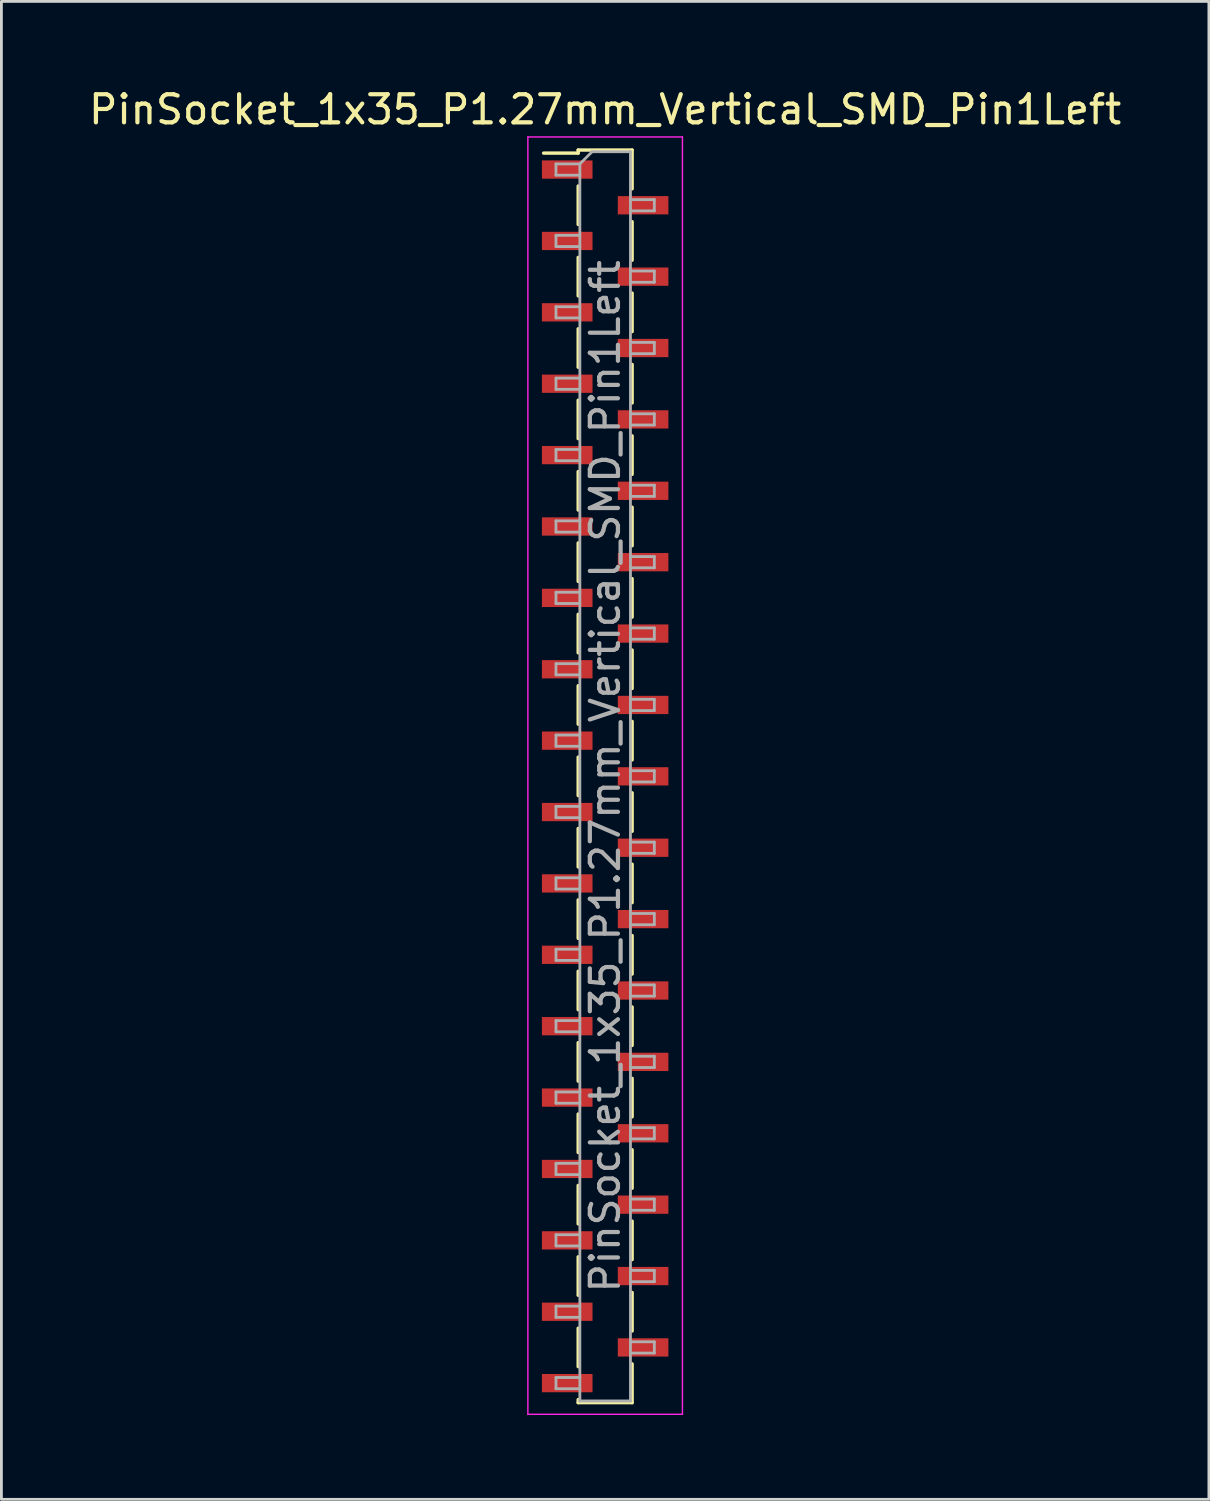
<source format=kicad_pcb>
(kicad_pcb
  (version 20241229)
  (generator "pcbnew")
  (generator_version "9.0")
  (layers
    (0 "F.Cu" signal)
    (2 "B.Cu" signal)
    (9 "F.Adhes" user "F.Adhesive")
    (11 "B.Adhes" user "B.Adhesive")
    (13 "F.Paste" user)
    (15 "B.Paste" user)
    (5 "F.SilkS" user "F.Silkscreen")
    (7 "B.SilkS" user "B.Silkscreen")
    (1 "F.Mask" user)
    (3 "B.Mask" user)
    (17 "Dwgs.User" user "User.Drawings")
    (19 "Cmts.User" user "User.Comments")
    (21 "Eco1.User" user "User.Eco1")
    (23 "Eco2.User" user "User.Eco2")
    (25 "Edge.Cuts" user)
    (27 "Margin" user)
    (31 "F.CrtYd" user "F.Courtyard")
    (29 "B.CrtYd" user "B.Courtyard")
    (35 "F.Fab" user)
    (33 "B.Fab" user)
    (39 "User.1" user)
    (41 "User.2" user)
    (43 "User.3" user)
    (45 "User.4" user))
  (footprint "PinSocket_1x35_P1.27mm_Vertical_SMD_Pin1Left"
    (layer "F.Cu")
    (at 18.482 24.573)
    (property "Reference" "PinSocket_1x35_P1.27mm_Vertical_SMD_Pin1Left" (at 0 -23.725 0) (layer "F.SilkS") (effects (font (size 1 1) (thickness 0.15))))
    (attr smd)
    (fp_line (start -2.19 -22.175) (end -0.96 -22.175) (stroke (width 0.12) (type solid)) (layer "F.SilkS"))
    (fp_line (start -0.96 -22.285) (end -0.96 -22.175) (stroke (width 0.12) (type solid)) (layer "F.SilkS"))
    (fp_line (start -0.96 -22.285) (end 0.96 -22.285) (stroke (width 0.12) (type solid)) (layer "F.SilkS"))
    (fp_line (start -0.96 -21.005) (end -0.96 -19.635) (stroke (width 0.12) (type solid)) (layer "F.SilkS"))
    (fp_line (start -0.96 -18.465) (end -0.96 -17.095) (stroke (width 0.12) (type solid)) (layer "F.SilkS"))
    (fp_line (start -0.96 -15.925) (end -0.96 -14.555) (stroke (width 0.12) (type solid)) (layer "F.SilkS"))
    (fp_line (start -0.96 -13.385) (end -0.96 -12.015) (stroke (width 0.12) (type solid)) (layer "F.SilkS"))
    (fp_line (start -0.96 -10.845) (end -0.96 -9.475) (stroke (width 0.12) (type solid)) (layer "F.SilkS"))
    (fp_line (start -0.96 -8.305) (end -0.96 -6.935) (stroke (width 0.12) (type solid)) (layer "F.SilkS"))
    (fp_line (start -0.96 -5.765) (end -0.96 -4.395) (stroke (width 0.12) (type solid)) (layer "F.SilkS"))
    (fp_line (start -0.96 -3.225) (end -0.96 -1.855) (stroke (width 0.12) (type solid)) (layer "F.SilkS"))
    (fp_line (start -0.96 -0.685) (end -0.96 0.685) (stroke (width 0.12) (type solid)) (layer "F.SilkS"))
    (fp_line (start -0.96 1.855) (end -0.96 3.225) (stroke (width 0.12) (type solid)) (layer "F.SilkS"))
    (fp_line (start -0.96 4.395) (end -0.96 5.765) (stroke (width 0.12) (type solid)) (layer "F.SilkS"))
    (fp_line (start -0.96 6.935) (end -0.96 8.305) (stroke (width 0.12) (type solid)) (layer "F.SilkS"))
    (fp_line (start -0.96 9.475) (end -0.96 10.845) (stroke (width 0.12) (type solid)) (layer "F.SilkS"))
    (fp_line (start -0.96 12.015) (end -0.96 13.385) (stroke (width 0.12) (type solid)) (layer "F.SilkS"))
    (fp_line (start -0.96 14.555) (end -0.96 15.925) (stroke (width 0.12) (type solid)) (layer "F.SilkS"))
    (fp_line (start -0.96 17.095) (end -0.96 18.465) (stroke (width 0.12) (type solid)) (layer "F.SilkS"))
    (fp_line (start -0.96 19.635) (end -0.96 21.005) (stroke (width 0.12) (type solid)) (layer "F.SilkS"))
    (fp_line (start -0.96 22.175) (end -0.96 22.285) (stroke (width 0.12) (type solid)) (layer "F.SilkS"))
    (fp_line (start -0.96 22.285) (end 0.96 22.285) (stroke (width 0.12) (type solid)) (layer "F.SilkS"))
    (fp_line (start 0.96 -22.285) (end 0.96 -20.905) (stroke (width 0.12) (type solid)) (layer "F.SilkS"))
    (fp_line (start 0.96 -19.735) (end 0.96 -18.365) (stroke (width 0.12) (type solid)) (layer "F.SilkS"))
    (fp_line (start 0.96 -17.195) (end 0.96 -15.825) (stroke (width 0.12) (type solid)) (layer "F.SilkS"))
    (fp_line (start 0.96 -14.655) (end 0.96 -13.285) (stroke (width 0.12) (type solid)) (layer "F.SilkS"))
    (fp_line (start 0.96 -12.115) (end 0.96 -10.745) (stroke (width 0.12) (type solid)) (layer "F.SilkS"))
    (fp_line (start 0.96 -9.575) (end 0.96 -8.205) (stroke (width 0.12) (type solid)) (layer "F.SilkS"))
    (fp_line (start 0.96 -7.035) (end 0.96 -5.665) (stroke (width 0.12) (type solid)) (layer "F.SilkS"))
    (fp_line (start 0.96 -4.495) (end 0.96 -3.125) (stroke (width 0.12) (type solid)) (layer "F.SilkS"))
    (fp_line (start 0.96 -1.955) (end 0.96 -0.585) (stroke (width 0.12) (type solid)) (layer "F.SilkS"))
    (fp_line (start 0.96 0.585) (end 0.96 1.955) (stroke (width 0.12) (type solid)) (layer "F.SilkS"))
    (fp_line (start 0.96 3.125) (end 0.96 4.495) (stroke (width 0.12) (type solid)) (layer "F.SilkS"))
    (fp_line (start 0.96 5.665) (end 0.96 7.035) (stroke (width 0.12) (type solid)) (layer "F.SilkS"))
    (fp_line (start 0.96 8.205) (end 0.96 9.575) (stroke (width 0.12) (type solid)) (layer "F.SilkS"))
    (fp_line (start 0.96 10.745) (end 0.96 12.115) (stroke (width 0.12) (type solid)) (layer "F.SilkS"))
    (fp_line (start 0.96 13.285) (end 0.96 14.655) (stroke (width 0.12) (type solid)) (layer "F.SilkS"))
    (fp_line (start 0.96 15.825) (end 0.96 17.195) (stroke (width 0.12) (type solid)) (layer "F.SilkS"))
    (fp_line (start 0.96 18.365) (end 0.96 19.735) (stroke (width 0.12) (type solid)) (layer "F.SilkS"))
    (fp_line (start 0.96 20.905) (end 0.96 22.285) (stroke (width 0.12) (type solid)) (layer "F.SilkS"))
    (fp_line (start -2.75 -22.75) (end 2.75 -22.75) (stroke (width 0.05) (type solid)) (layer "F.CrtYd"))
    (fp_line (start -2.75 22.7) (end -2.75 -22.75) (stroke (width 0.05) (type solid)) (layer "F.CrtYd"))
    (fp_line (start 2.75 -22.75) (end 2.75 22.7) (stroke (width 0.05) (type solid)) (layer "F.CrtYd"))
    (fp_line (start 2.75 22.7) (end -2.75 22.7) (stroke (width 0.05) (type solid)) (layer "F.CrtYd"))
    (fp_line (start -1.75 -21.79) (end -0.9 -21.79) (stroke (width 0.1) (type solid)) (layer "F.Fab"))
    (fp_line (start -1.75 -21.39) (end -1.75 -21.79) (stroke (width 0.1) (type solid)) (layer "F.Fab"))
    (fp_line (start -1.75 -19.25) (end -0.9 -19.25) (stroke (width 0.1) (type solid)) (layer "F.Fab"))
    (fp_line (start -1.75 -18.85) (end -1.75 -19.25) (stroke (width 0.1) (type solid)) (layer "F.Fab"))
    (fp_line (start -1.75 -16.71) (end -0.9 -16.71) (stroke (width 0.1) (type solid)) (layer "F.Fab"))
    (fp_line (start -1.75 -16.31) (end -1.75 -16.71) (stroke (width 0.1) (type solid)) (layer "F.Fab"))
    (fp_line (start -1.75 -14.17) (end -0.9 -14.17) (stroke (width 0.1) (type solid)) (layer "F.Fab"))
    (fp_line (start -1.75 -13.77) (end -1.75 -14.17) (stroke (width 0.1) (type solid)) (layer "F.Fab"))
    (fp_line (start -1.75 -11.63) (end -0.9 -11.63) (stroke (width 0.1) (type solid)) (layer "F.Fab"))
    (fp_line (start -1.75 -11.23) (end -1.75 -11.63) (stroke (width 0.1) (type solid)) (layer "F.Fab"))
    (fp_line (start -1.75 -9.09) (end -0.9 -9.09) (stroke (width 0.1) (type solid)) (layer "F.Fab"))
    (fp_line (start -1.75 -8.69) (end -1.75 -9.09) (stroke (width 0.1) (type solid)) (layer "F.Fab"))
    (fp_line (start -1.75 -6.55) (end -0.9 -6.55) (stroke (width 0.1) (type solid)) (layer "F.Fab"))
    (fp_line (start -1.75 -6.15) (end -1.75 -6.55) (stroke (width 0.1) (type solid)) (layer "F.Fab"))
    (fp_line (start -1.75 -4.01) (end -0.9 -4.01) (stroke (width 0.1) (type solid)) (layer "F.Fab"))
    (fp_line (start -1.75 -3.61) (end -1.75 -4.01) (stroke (width 0.1) (type solid)) (layer "F.Fab"))
    (fp_line (start -1.75 -1.47) (end -0.9 -1.47) (stroke (width 0.1) (type solid)) (layer "F.Fab"))
    (fp_line (start -1.75 -1.07) (end -1.75 -1.47) (stroke (width 0.1) (type solid)) (layer "F.Fab"))
    (fp_line (start -1.75 1.07) (end -0.9 1.07) (stroke (width 0.1) (type solid)) (layer "F.Fab"))
    (fp_line (start -1.75 1.47) (end -1.75 1.07) (stroke (width 0.1) (type solid)) (layer "F.Fab"))
    (fp_line (start -1.75 3.61) (end -0.9 3.61) (stroke (width 0.1) (type solid)) (layer "F.Fab"))
    (fp_line (start -1.75 4.01) (end -1.75 3.61) (stroke (width 0.1) (type solid)) (layer "F.Fab"))
    (fp_line (start -1.75 6.15) (end -0.9 6.15) (stroke (width 0.1) (type solid)) (layer "F.Fab"))
    (fp_line (start -1.75 6.55) (end -1.75 6.15) (stroke (width 0.1) (type solid)) (layer "F.Fab"))
    (fp_line (start -1.75 8.69) (end -0.9 8.69) (stroke (width 0.1) (type solid)) (layer "F.Fab"))
    (fp_line (start -1.75 9.09) (end -1.75 8.69) (stroke (width 0.1) (type solid)) (layer "F.Fab"))
    (fp_line (start -1.75 11.23) (end -0.9 11.23) (stroke (width 0.1) (type solid)) (layer "F.Fab"))
    (fp_line (start -1.75 11.63) (end -1.75 11.23) (stroke (width 0.1) (type solid)) (layer "F.Fab"))
    (fp_line (start -1.75 13.77) (end -0.9 13.77) (stroke (width 0.1) (type solid)) (layer "F.Fab"))
    (fp_line (start -1.75 14.17) (end -1.75 13.77) (stroke (width 0.1) (type solid)) (layer "F.Fab"))
    (fp_line (start -1.75 16.31) (end -0.9 16.31) (stroke (width 0.1) (type solid)) (layer "F.Fab"))
    (fp_line (start -1.75 16.71) (end -1.75 16.31) (stroke (width 0.1) (type solid)) (layer "F.Fab"))
    (fp_line (start -1.75 18.85) (end -0.9 18.85) (stroke (width 0.1) (type solid)) (layer "F.Fab"))
    (fp_line (start -1.75 19.25) (end -1.75 18.85) (stroke (width 0.1) (type solid)) (layer "F.Fab"))
    (fp_line (start -1.75 21.39) (end -0.9 21.39) (stroke (width 0.1) (type solid)) (layer "F.Fab"))
    (fp_line (start -1.75 21.79) (end -1.75 21.39) (stroke (width 0.1) (type solid)) (layer "F.Fab"))
    (fp_line (start -0.9 -21.79) (end -0.465 -22.225) (stroke (width 0.1) (type solid)) (layer "F.Fab"))
    (fp_line (start -0.9 -21.39) (end -1.75 -21.39) (stroke (width 0.1) (type solid)) (layer "F.Fab"))
    (fp_line (start -0.9 -18.85) (end -1.75 -18.85) (stroke (width 0.1) (type solid)) (layer "F.Fab"))
    (fp_line (start -0.9 -16.31) (end -1.75 -16.31) (stroke (width 0.1) (type solid)) (layer "F.Fab"))
    (fp_line (start -0.9 -13.77) (end -1.75 -13.77) (stroke (width 0.1) (type solid)) (layer "F.Fab"))
    (fp_line (start -0.9 -11.23) (end -1.75 -11.23) (stroke (width 0.1) (type solid)) (layer "F.Fab"))
    (fp_line (start -0.9 -8.69) (end -1.75 -8.69) (stroke (width 0.1) (type solid)) (layer "F.Fab"))
    (fp_line (start -0.9 -6.15) (end -1.75 -6.15) (stroke (width 0.1) (type solid)) (layer "F.Fab"))
    (fp_line (start -0.9 -3.61) (end -1.75 -3.61) (stroke (width 0.1) (type solid)) (layer "F.Fab"))
    (fp_line (start -0.9 -1.07) (end -1.75 -1.07) (stroke (width 0.1) (type solid)) (layer "F.Fab"))
    (fp_line (start -0.9 1.47) (end -1.75 1.47) (stroke (width 0.1) (type solid)) (layer "F.Fab"))
    (fp_line (start -0.9 4.01) (end -1.75 4.01) (stroke (width 0.1) (type solid)) (layer "F.Fab"))
    (fp_line (start -0.9 6.55) (end -1.75 6.55) (stroke (width 0.1) (type solid)) (layer "F.Fab"))
    (fp_line (start -0.9 9.09) (end -1.75 9.09) (stroke (width 0.1) (type solid)) (layer "F.Fab"))
    (fp_line (start -0.9 11.63) (end -1.75 11.63) (stroke (width 0.1) (type solid)) (layer "F.Fab"))
    (fp_line (start -0.9 14.17) (end -1.75 14.17) (stroke (width 0.1) (type solid)) (layer "F.Fab"))
    (fp_line (start -0.9 16.71) (end -1.75 16.71) (stroke (width 0.1) (type solid)) (layer "F.Fab"))
    (fp_line (start -0.9 19.25) (end -1.75 19.25) (stroke (width 0.1) (type solid)) (layer "F.Fab"))
    (fp_line (start -0.9 21.79) (end -1.75 21.79) (stroke (width 0.1) (type solid)) (layer "F.Fab"))
    (fp_line (start -0.9 22.225) (end -0.9 -21.79) (stroke (width 0.1) (type solid)) (layer "F.Fab"))
    (fp_line (start -0.465 -22.225) (end 0.9 -22.225) (stroke (width 0.1) (type solid)) (layer "F.Fab"))
    (fp_line (start 0.9 -22.225) (end 0.9 22.225) (stroke (width 0.1) (type solid)) (layer "F.Fab"))
    (fp_line (start 0.9 -20.52) (end 1.75 -20.52) (stroke (width 0.1) (type solid)) (layer "F.Fab"))
    (fp_line (start 0.9 -17.98) (end 1.75 -17.98) (stroke (width 0.1) (type solid)) (layer "F.Fab"))
    (fp_line (start 0.9 -15.44) (end 1.75 -15.44) (stroke (width 0.1) (type solid)) (layer "F.Fab"))
    (fp_line (start 0.9 -12.9) (end 1.75 -12.9) (stroke (width 0.1) (type solid)) (layer "F.Fab"))
    (fp_line (start 0.9 -10.36) (end 1.75 -10.36) (stroke (width 0.1) (type solid)) (layer "F.Fab"))
    (fp_line (start 0.9 -7.82) (end 1.75 -7.82) (stroke (width 0.1) (type solid)) (layer "F.Fab"))
    (fp_line (start 0.9 -5.28) (end 1.75 -5.28) (stroke (width 0.1) (type solid)) (layer "F.Fab"))
    (fp_line (start 0.9 -2.74) (end 1.75 -2.74) (stroke (width 0.1) (type solid)) (layer "F.Fab"))
    (fp_line (start 0.9 -0.2) (end 1.75 -0.2) (stroke (width 0.1) (type solid)) (layer "F.Fab"))
    (fp_line (start 0.9 2.34) (end 1.75 2.34) (stroke (width 0.1) (type solid)) (layer "F.Fab"))
    (fp_line (start 0.9 4.88) (end 1.75 4.88) (stroke (width 0.1) (type solid)) (layer "F.Fab"))
    (fp_line (start 0.9 7.42) (end 1.75 7.42) (stroke (width 0.1) (type solid)) (layer "F.Fab"))
    (fp_line (start 0.9 9.96) (end 1.75 9.96) (stroke (width 0.1) (type solid)) (layer "F.Fab"))
    (fp_line (start 0.9 12.5) (end 1.75 12.5) (stroke (width 0.1) (type solid)) (layer "F.Fab"))
    (fp_line (start 0.9 15.04) (end 1.75 15.04) (stroke (width 0.1) (type solid)) (layer "F.Fab"))
    (fp_line (start 0.9 17.58) (end 1.75 17.58) (stroke (width 0.1) (type solid)) (layer "F.Fab"))
    (fp_line (start 0.9 20.12) (end 1.75 20.12) (stroke (width 0.1) (type solid)) (layer "F.Fab"))
    (fp_line (start 0.9 22.225) (end -0.9 22.225) (stroke (width 0.1) (type solid)) (layer "F.Fab"))
    (fp_line (start 1.75 -20.52) (end 1.75 -20.12) (stroke (width 0.1) (type solid)) (layer "F.Fab"))
    (fp_line (start 1.75 -20.12) (end 0.9 -20.12) (stroke (width 0.1) (type solid)) (layer "F.Fab"))
    (fp_line (start 1.75 -17.98) (end 1.75 -17.58) (stroke (width 0.1) (type solid)) (layer "F.Fab"))
    (fp_line (start 1.75 -17.58) (end 0.9 -17.58) (stroke (width 0.1) (type solid)) (layer "F.Fab"))
    (fp_line (start 1.75 -15.44) (end 1.75 -15.04) (stroke (width 0.1) (type solid)) (layer "F.Fab"))
    (fp_line (start 1.75 -15.04) (end 0.9 -15.04) (stroke (width 0.1) (type solid)) (layer "F.Fab"))
    (fp_line (start 1.75 -12.9) (end 1.75 -12.5) (stroke (width 0.1) (type solid)) (layer "F.Fab"))
    (fp_line (start 1.75 -12.5) (end 0.9 -12.5) (stroke (width 0.1) (type solid)) (layer "F.Fab"))
    (fp_line (start 1.75 -10.36) (end 1.75 -9.96) (stroke (width 0.1) (type solid)) (layer "F.Fab"))
    (fp_line (start 1.75 -9.96) (end 0.9 -9.96) (stroke (width 0.1) (type solid)) (layer "F.Fab"))
    (fp_line (start 1.75 -7.82) (end 1.75 -7.42) (stroke (width 0.1) (type solid)) (layer "F.Fab"))
    (fp_line (start 1.75 -7.42) (end 0.9 -7.42) (stroke (width 0.1) (type solid)) (layer "F.Fab"))
    (fp_line (start 1.75 -5.28) (end 1.75 -4.88) (stroke (width 0.1) (type solid)) (layer "F.Fab"))
    (fp_line (start 1.75 -4.88) (end 0.9 -4.88) (stroke (width 0.1) (type solid)) (layer "F.Fab"))
    (fp_line (start 1.75 -2.74) (end 1.75 -2.34) (stroke (width 0.1) (type solid)) (layer "F.Fab"))
    (fp_line (start 1.75 -2.34) (end 0.9 -2.34) (stroke (width 0.1) (type solid)) (layer "F.Fab"))
    (fp_line (start 1.75 -0.2) (end 1.75 0.2) (stroke (width 0.1) (type solid)) (layer "F.Fab"))
    (fp_line (start 1.75 0.2) (end 0.9 0.2) (stroke (width 0.1) (type solid)) (layer "F.Fab"))
    (fp_line (start 1.75 2.34) (end 1.75 2.74) (stroke (width 0.1) (type solid)) (layer "F.Fab"))
    (fp_line (start 1.75 2.74) (end 0.9 2.74) (stroke (width 0.1) (type solid)) (layer "F.Fab"))
    (fp_line (start 1.75 4.88) (end 1.75 5.28) (stroke (width 0.1) (type solid)) (layer "F.Fab"))
    (fp_line (start 1.75 5.28) (end 0.9 5.28) (stroke (width 0.1) (type solid)) (layer "F.Fab"))
    (fp_line (start 1.75 7.42) (end 1.75 7.82) (stroke (width 0.1) (type solid)) (layer "F.Fab"))
    (fp_line (start 1.75 7.82) (end 0.9 7.82) (stroke (width 0.1) (type solid)) (layer "F.Fab"))
    (fp_line (start 1.75 9.96) (end 1.75 10.36) (stroke (width 0.1) (type solid)) (layer "F.Fab"))
    (fp_line (start 1.75 10.36) (end 0.9 10.36) (stroke (width 0.1) (type solid)) (layer "F.Fab"))
    (fp_line (start 1.75 12.5) (end 1.75 12.9) (stroke (width 0.1) (type solid)) (layer "F.Fab"))
    (fp_line (start 1.75 12.9) (end 0.9 12.9) (stroke (width 0.1) (type solid)) (layer "F.Fab"))
    (fp_line (start 1.75 15.04) (end 1.75 15.44) (stroke (width 0.1) (type solid)) (layer "F.Fab"))
    (fp_line (start 1.75 15.44) (end 0.9 15.44) (stroke (width 0.1) (type solid)) (layer "F.Fab"))
    (fp_line (start 1.75 17.58) (end 1.75 17.98) (stroke (width 0.1) (type solid)) (layer "F.Fab"))
    (fp_line (start 1.75 17.98) (end 0.9 17.98) (stroke (width 0.1) (type solid)) (layer "F.Fab"))
    (fp_line (start 1.75 20.12) (end 1.75 20.52) (stroke (width 0.1) (type solid)) (layer "F.Fab"))
    (fp_line (start 1.75 20.52) (end 0.9 20.52) (stroke (width 0.1) (type solid)) (layer "F.Fab"))
    (fp_text user "${REFERENCE}" (at 0 0 90) (layer "F.Fab") (effects (font (size 1 1) (thickness 0.15))))
    (pad "1" smd rect (at -1.35 -21.59) (size 1.8 0.65) (layers "F.Cu" "F.Mask" "F.Paste"))
    (pad "2" smd rect (at 1.35 -20.32) (size 1.8 0.65) (layers "F.Cu" "F.Mask" "F.Paste"))
    (pad "3" smd rect (at -1.35 -19.05) (size 1.8 0.65) (layers "F.Cu" "F.Mask" "F.Paste"))
    (pad "4" smd rect (at 1.35 -17.78) (size 1.8 0.65) (layers "F.Cu" "F.Mask" "F.Paste"))
    (pad "5" smd rect (at -1.35 -16.51) (size 1.8 0.65) (layers "F.Cu" "F.Mask" "F.Paste"))
    (pad "6" smd rect (at 1.35 -15.24) (size 1.8 0.65) (layers "F.Cu" "F.Mask" "F.Paste"))
    (pad "7" smd rect (at -1.35 -13.97) (size 1.8 0.65) (layers "F.Cu" "F.Mask" "F.Paste"))
    (pad "8" smd rect (at 1.35 -12.7) (size 1.8 0.65) (layers "F.Cu" "F.Mask" "F.Paste"))
    (pad "9" smd rect (at -1.35 -11.43) (size 1.8 0.65) (layers "F.Cu" "F.Mask" "F.Paste"))
    (pad "10" smd rect (at 1.35 -10.16) (size 1.8 0.65) (layers "F.Cu" "F.Mask" "F.Paste"))
    (pad "11" smd rect (at -1.35 -8.89) (size 1.8 0.65) (layers "F.Cu" "F.Mask" "F.Paste"))
    (pad "12" smd rect (at 1.35 -7.62) (size 1.8 0.65) (layers "F.Cu" "F.Mask" "F.Paste"))
    (pad "13" smd rect (at -1.35 -6.35) (size 1.8 0.65) (layers "F.Cu" "F.Mask" "F.Paste"))
    (pad "14" smd rect (at 1.35 -5.08) (size 1.8 0.65) (layers "F.Cu" "F.Mask" "F.Paste"))
    (pad "15" smd rect (at -1.35 -3.81) (size 1.8 0.65) (layers "F.Cu" "F.Mask" "F.Paste"))
    (pad "16" smd rect (at 1.35 -2.54) (size 1.8 0.65) (layers "F.Cu" "F.Mask" "F.Paste"))
    (pad "17" smd rect (at -1.35 -1.27) (size 1.8 0.65) (layers "F.Cu" "F.Mask" "F.Paste"))
    (pad "18" smd rect (at 1.35 0) (size 1.8 0.65) (layers "F.Cu" "F.Mask" "F.Paste"))
    (pad "19" smd rect (at -1.35 1.27) (size 1.8 0.65) (layers "F.Cu" "F.Mask" "F.Paste"))
    (pad "20" smd rect (at 1.35 2.54) (size 1.8 0.65) (layers "F.Cu" "F.Mask" "F.Paste"))
    (pad "21" smd rect (at -1.35 3.81) (size 1.8 0.65) (layers "F.Cu" "F.Mask" "F.Paste"))
    (pad "22" smd rect (at 1.35 5.08) (size 1.8 0.65) (layers "F.Cu" "F.Mask" "F.Paste"))
    (pad "23" smd rect (at -1.35 6.35) (size 1.8 0.65) (layers "F.Cu" "F.Mask" "F.Paste"))
    (pad "24" smd rect (at 1.35 7.62) (size 1.8 0.65) (layers "F.Cu" "F.Mask" "F.Paste"))
    (pad "25" smd rect (at -1.35 8.89) (size 1.8 0.65) (layers "F.Cu" "F.Mask" "F.Paste"))
    (pad "26" smd rect (at 1.35 10.16) (size 1.8 0.65) (layers "F.Cu" "F.Mask" "F.Paste"))
    (pad "27" smd rect (at -1.35 11.43) (size 1.8 0.65) (layers "F.Cu" "F.Mask" "F.Paste"))
    (pad "28" smd rect (at 1.35 12.7) (size 1.8 0.65) (layers "F.Cu" "F.Mask" "F.Paste"))
    (pad "29" smd rect (at -1.35 13.97) (size 1.8 0.65) (layers "F.Cu" "F.Mask" "F.Paste"))
    (pad "30" smd rect (at 1.35 15.24) (size 1.8 0.65) (layers "F.Cu" "F.Mask" "F.Paste"))
    (pad "31" smd rect (at -1.35 16.51) (size 1.8 0.65) (layers "F.Cu" "F.Mask" "F.Paste"))
    (pad "32" smd rect (at 1.35 17.78) (size 1.8 0.65) (layers "F.Cu" "F.Mask" "F.Paste"))
    (pad "33" smd rect (at -1.35 19.05) (size 1.8 0.65) (layers "F.Cu" "F.Mask" "F.Paste"))
    (pad "34" smd rect (at 1.35 20.32) (size 1.8 0.65) (layers "F.Cu" "F.Mask" "F.Paste"))
    (pad "35" smd rect (at -1.35 21.59) (size 1.8 0.65) (layers "F.Cu" "F.Mask" "F.Paste")))
  (gr_rect
    (start -3 -3)
    (end 39.964 50.298)
    (stroke (width 0.1) (type default))
    (fill no)
    (layer "Edge.Cuts")))
</source>
